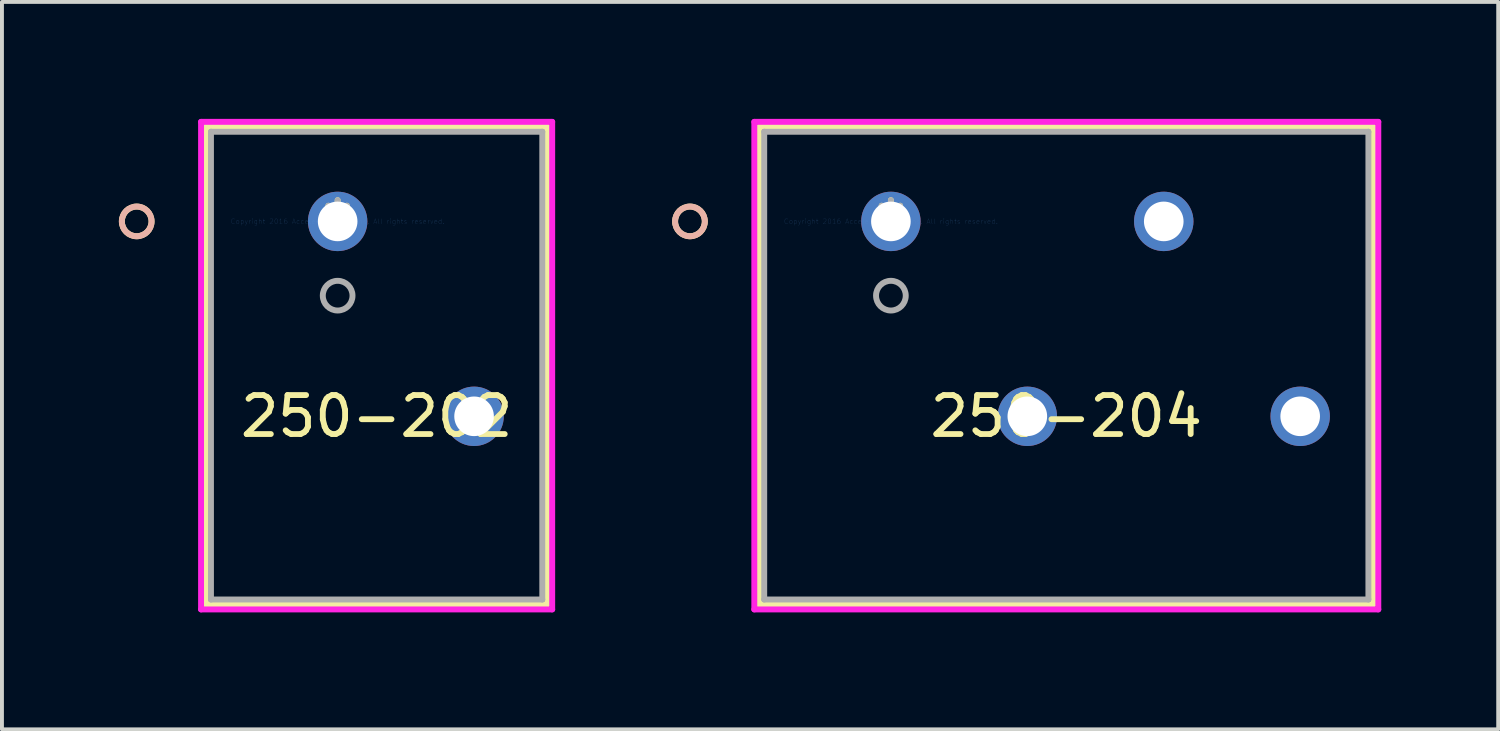
<source format=kicad_pcb>
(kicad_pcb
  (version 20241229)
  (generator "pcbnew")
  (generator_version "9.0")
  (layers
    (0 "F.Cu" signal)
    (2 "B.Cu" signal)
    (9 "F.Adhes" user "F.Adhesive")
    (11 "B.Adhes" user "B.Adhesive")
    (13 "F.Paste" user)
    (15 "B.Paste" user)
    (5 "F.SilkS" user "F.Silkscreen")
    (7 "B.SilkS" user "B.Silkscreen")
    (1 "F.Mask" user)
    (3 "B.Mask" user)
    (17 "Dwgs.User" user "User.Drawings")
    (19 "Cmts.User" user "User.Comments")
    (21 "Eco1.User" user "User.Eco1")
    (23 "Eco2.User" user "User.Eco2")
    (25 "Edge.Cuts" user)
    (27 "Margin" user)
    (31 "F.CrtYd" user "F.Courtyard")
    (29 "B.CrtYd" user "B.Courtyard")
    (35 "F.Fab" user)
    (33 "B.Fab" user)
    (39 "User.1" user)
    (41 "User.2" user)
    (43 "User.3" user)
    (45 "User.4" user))
  (footprint "250-202"
    (layer "F.Cu")
    (at 5.612 2.63)
    (property "Reference" "250-202" (at 1 5 0) (layer "F.SilkS") (effects (font (size 1 1) (thickness 0.15))))
    (attr through_hole)
    (fp_line (start -3.377 -2.427) (end -3.377 9.827) (stroke (width 0.152) (type solid)) (layer "F.SilkS"))
    (fp_line (start -3.377 9.827) (end 5.377 9.827) (stroke (width 0.152) (type solid)) (layer "F.SilkS"))
    (fp_line (start 5.377 -2.427) (end -3.377 -2.427) (stroke (width 0.152) (type solid)) (layer "F.SilkS"))
    (fp_line (start 5.377 9.827) (end 5.377 -2.427) (stroke (width 0.152) (type solid)) (layer "F.SilkS"))
    (fp_circle (center -5.155 0) (end -4.774 0) (stroke (width 0.152) (type solid)) (fill no) (layer "F.SilkS"))
    (fp_circle (center -5.155 0) (end -4.774 0) (stroke (width 0.152) (type solid)) (fill no) (layer "B.SilkS"))
    (fp_line (start -3.504 -2.554) (end -3.504 9.954) (stroke (width 0.152) (type solid)) (layer "F.CrtYd"))
    (fp_line (start -3.504 9.954) (end 5.504 9.954) (stroke (width 0.152) (type solid)) (layer "F.CrtYd"))
    (fp_line (start 5.504 -2.554) (end -3.504 -2.554) (stroke (width 0.152) (type solid)) (layer "F.CrtYd"))
    (fp_line (start 5.504 9.954) (end 5.504 -2.554) (stroke (width 0.152) (type solid)) (layer "F.CrtYd"))
    (fp_line (start -3.25 -2.3) (end -3.25 9.7) (stroke (width 0.152) (type solid)) (layer "F.Fab"))
    (fp_line (start -3.25 9.7) (end 5.25 9.7) (stroke (width 0.152) (type solid)) (layer "F.Fab"))
    (fp_line (start 5.25 -2.3) (end -3.25 -2.3) (stroke (width 0.152) (type solid)) (layer "F.Fab"))
    (fp_line (start 5.25 9.7) (end 5.25 -2.3) (stroke (width 0.152) (type solid)) (layer "F.Fab"))
    (fp_circle (center 0 1.905) (end 0.381 1.905) (stroke (width 0.152) (type solid)) (fill no) (layer "F.Fab"))
    (fp_text user "*" (at 0 0 0) (layer "F.SilkS") (effects (font (size 1 1) (thickness 0.15))))
    (fp_text user "Copyright 2016 Accelerated Designs. All rights reserved." (at 0 0 0) (layer "Cmts.User") (effects (font (size 0.127 0.127) (thickness 0.002))))
    (fp_text user "*" (at 0 0 0) (layer "F.Fab") (effects (font (size 1 1) (thickness 0.15))))
    (pad "1" thru_hole circle (at -0.000001 0) (size 1.524 1.524) (drill 1.016) (layers "*.Cu" "*.Mask"))
    (pad "2" thru_hole circle (at 3.5 5) (size 1.524 1.524) (drill 1.016) (layers "*.Cu" "*.Mask")))
  (footprint "250-204"
    (layer "F.Cu")
    (at 19.805 2.63)
    (property "Reference" "250-204" (at 4.5 5 0) (layer "F.SilkS") (effects (font (size 1 1) (thickness 0.15))))
    (attr through_hole)
    (fp_line (start -3.377 -2.427) (end -3.377 9.827) (stroke (width 0.152) (type solid)) (layer "F.SilkS"))
    (fp_line (start -3.377 9.827) (end 12.377 9.827) (stroke (width 0.152) (type solid)) (layer "F.SilkS"))
    (fp_line (start 12.377 -2.427) (end -3.377 -2.427) (stroke (width 0.152) (type solid)) (layer "F.SilkS"))
    (fp_line (start 12.377 9.827) (end 12.377 -2.427) (stroke (width 0.152) (type solid)) (layer "F.SilkS"))
    (fp_circle (center -5.155 0) (end -4.774 0) (stroke (width 0.152) (type solid)) (fill no) (layer "F.SilkS"))
    (fp_circle (center -5.155 0) (end -4.774 0) (stroke (width 0.152) (type solid)) (fill no) (layer "B.SilkS"))
    (fp_line (start -3.504 -2.554) (end -3.504 9.954) (stroke (width 0.152) (type solid)) (layer "F.CrtYd"))
    (fp_line (start -3.504 9.954) (end 12.504 9.954) (stroke (width 0.152) (type solid)) (layer "F.CrtYd"))
    (fp_line (start 12.504 -2.554) (end -3.504 -2.554) (stroke (width 0.152) (type solid)) (layer "F.CrtYd"))
    (fp_line (start 12.504 9.954) (end 12.504 -2.554) (stroke (width 0.152) (type solid)) (layer "F.CrtYd"))
    (fp_line (start -3.25 -2.3) (end -3.25 9.7) (stroke (width 0.152) (type solid)) (layer "F.Fab"))
    (fp_line (start -3.25 9.7) (end 12.25 9.7) (stroke (width 0.152) (type solid)) (layer "F.Fab"))
    (fp_line (start 12.25 -2.3) (end -3.25 -2.3) (stroke (width 0.152) (type solid)) (layer "F.Fab"))
    (fp_line (start 12.25 9.7) (end 12.25 -2.3) (stroke (width 0.152) (type solid)) (layer "F.Fab"))
    (fp_circle (center 0 1.905) (end 0.381 1.905) (stroke (width 0.152) (type solid)) (fill no) (layer "F.Fab"))
    (fp_text user "*" (at 0 0 0) (layer "F.SilkS") (effects (font (size 1 1) (thickness 0.15))))
    (fp_text user "Copyright 2016 Accelerated Designs. All rights reserved." (at 0 0 0) (layer "Cmts.User") (effects (font (size 0.127 0.127) (thickness 0.002))))
    (fp_text user "*" (at 0 0 0) (layer "F.Fab") (effects (font (size 1 1) (thickness 0.15))))
    (pad "1" thru_hole circle (at 0.000003 0) (size 1.524 1.524) (drill 1.016) (layers "*.Cu" "*.Mask"))
    (pad "2" thru_hole circle (at 3.5 5) (size 1.524 1.524) (drill 1.016) (layers "*.Cu" "*.Mask"))
    (pad "3" thru_hole circle (at 7 0) (size 1.524 1.524) (drill 1.016) (layers "*.Cu" "*.Mask"))
    (pad "4" thru_hole circle (at 10.5 5) (size 1.524 1.524) (drill 1.016) (layers "*.Cu" "*.Mask")))
  (gr_rect
    (start -3 -3)
    (end 35.385 15.66)
    (stroke (width 0.1) (type default))
    (fill no)
    (layer "Edge.Cuts")))
</source>
